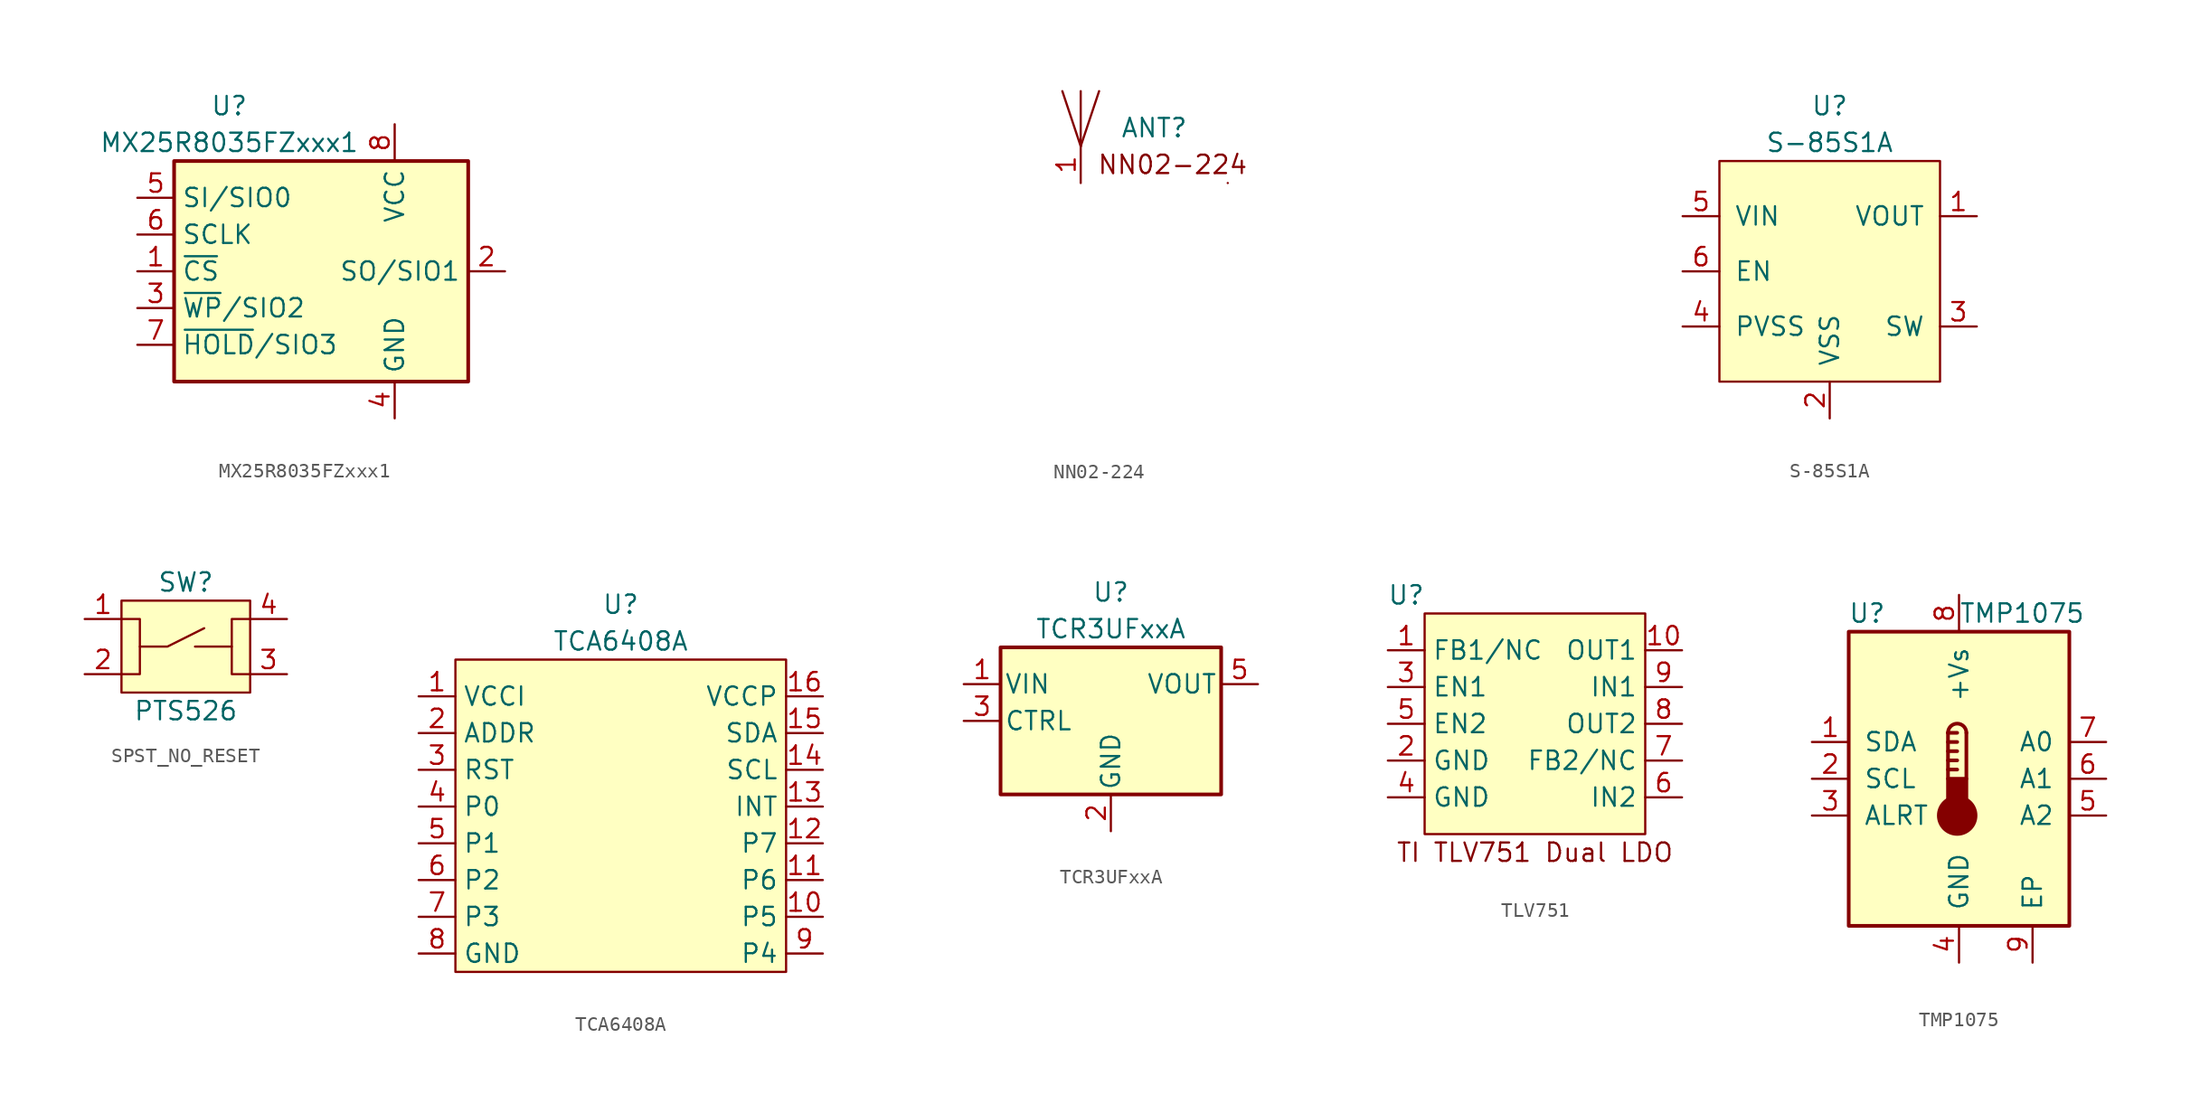
<source format=kicad_sym>
(kicad_symbol_lib
  (version 20220914)
  (generator kicad_symbol_editor)
  (symbol "MX25R8035FZxxx1"
    (property "Reference" "U"
      (at -6.35 11.43 0)
      (effects (font (size 1.27 1.27))))
    (property "Value" "MX25R8035FZxxx1"
      (at -6.35 8.89 0)
      (effects (font (size 1.27 1.27))))
    (symbol "MX25R8035FZxxx1_1_1"
      (rectangle (start -10.16 7.62) (end 10.16 -7.62) (stroke (width 0.254) (type solid)) (fill (type background)))
      (pin input line (at -12.7 0 0) (length 2.54) (name "~{CS}" (effects (font (size 1.27 1.27)))) (number "1" (effects (font (size 1.27 1.27)))))
      (pin bidirectional line (at 12.7 0 180) (length 2.54) (name "SO/SIO1" (effects (font (size 1.27 1.27)))) (number "2" (effects (font (size 1.27 1.27)))))
      (pin bidirectional line (at -12.7 -2.54 0) (length 2.54) (name "~{WP}/SIO2" (effects (font (size 1.27 1.27)))) (number "3" (effects (font (size 1.27 1.27)))))
      (pin power_in line (at 5.08 -10.16 90) (length 2.54) (name "GND" (effects (font (size 1.27 1.27)))) (number "4" (effects (font (size 1.27 1.27)))))
      (pin bidirectional line (at -12.7 5.08 0) (length 2.54) (name "SI/SIO0" (effects (font (size 1.27 1.27)))) (number "5" (effects (font (size 1.27 1.27)))))
      (pin input line (at -12.7 2.54 0) (length 2.54) (name "SCLK" (effects (font (size 1.27 1.27)))) (number "6" (effects (font (size 1.27 1.27)))))
      (pin bidirectional line (at -12.7 -5.08 0) (length 2.54) (name "~{HOLD}/SIO3" (effects (font (size 1.27 1.27)))) (number "7" (effects (font (size 1.27 1.27)))))
      (pin power_in line (at 5.08 10.16 270) (length 2.54) (name "VCC" (effects (font (size 1.27 1.27)))) (number "8" (effects (font (size 1.27 1.27)))))
      (pin passive line (at 5.08 -10.16 90) (length 2.54) hide (name "GND" (effects (font (size 1.27 1.27)))) (number "EP" (effects (font (size 1.27 1.27)))))))
  (symbol "NN02-224"
    (property "Reference" "ANT"
      (at 5.08 1.27 0)
      (effects (font (size 1.27 1.27))))
    (property "Value" ""
      (at 0 0 0)
      (effects (font (size 1.27 1.27))))
    (symbol "NN02-224_0_1"
      (rectangle (start 10.16 -2.54) (end 10.16 -2.54) (stroke (width 0) (type default)) (fill (type none))))
    (symbol "NN02-224_1_1"
      (polyline (pts (xy 0 0) (xy -1.27 3.81)) (stroke (width 0) (type default)) (fill (type none)))
      (polyline (pts (xy 0 0) (xy 0 3.81)) (stroke (width 0) (type default)) (fill (type none)))
      (polyline (pts (xy 0 0) (xy 1.27 3.81)) (stroke (width 0) (type default)) (fill (type none)))
      (text private "Application Note for GNSS here:-\nhttps://ignion.io/files/AN_GPS-GLONASS-and-BeiDou-in-a-single-antenna.pdf" (at 1.27 -13.97 0) (effects (font (size 0.9 0.9))))
      (text "NN02-224" (at 6.35 -1.27 0) (effects (font (size 1.27 1.27))))
      (text private "RUN mXTEND" (at 8.89 -7.62 0) (effects (font (size 1.27 1.27))))
      (text private "Symbol provided by The Herald Project\nhttps://github.com/theheraldproject/herald-hardware" (at 1.27 -17.78 0) (effects (font (size 0.9 0.9))))
      (pin bidirectional line (at 0 -2.54 90) (length 2.54) (name "" (effects (font (size 1.27 1.27)))) (number "1" (effects (font (size 1.27 1.27)))))))
  (symbol "S-85S1A"
    (pin_names
      (offset 1.016))
    (property "Reference" "U"
      (at 0 11.43 0)
      (effects (font (size 1.27 1.27))))
    (property "Value" "S-85S1A"
      (at 0 8.89 0)
      (effects (font (size 1.27 1.27))))
    (symbol "S-85S1A_0_1"
      (rectangle (start -7.62 -7.62) (end 7.62 7.62) (stroke (width 0) (type solid)) (fill (type background))))
    (symbol "S-85S1A_1_1"
      (pin power_out line (at 10.16 3.81 180) (length 2.54) (name "VOUT" (effects (font (size 1.27 1.27)))) (number "1" (effects (font (size 1.27 1.27)))))
      (pin power_in line (at 0 -10.16 90) (length 2.54) (name "VSS" (effects (font (size 1.27 1.27)))) (number "2" (effects (font (size 1.27 1.27)))))
      (pin passive line (at 10.16 -3.81 180) (length 2.54) (name "SW" (effects (font (size 1.27 1.27)))) (number "3" (effects (font (size 1.27 1.27)))))
      (pin passive line (at -10.16 -3.81 0) (length 2.54) (name "PVSS" (effects (font (size 1.27 1.27)))) (number "4" (effects (font (size 1.27 1.27)))))
      (pin power_in line (at -10.16 3.81 0) (length 2.54) (name "VIN" (effects (font (size 1.27 1.27)))) (number "5" (effects (font (size 1.27 1.27)))))
      (pin input line (at -10.16 0 0) (length 2.54) (name "EN" (effects (font (size 1.27 1.27)))) (number "6" (effects (font (size 1.27 1.27)))))))
  (symbol "SPST_NO_RESET"
    (pin_names hide)
    (property "Reference" "SW"
      (at 0 4.445 0)
      (effects (font (size 1.27 1.27))))
    (property "Value" "PTS526"
      (at 0 -4.445 0)
      (effects (font (size 1.27 1.27))))
    (symbol "SPST_NO_RESET_1_1"
      (rectangle (start -4.445 3.175) (end 4.445 -3.175) (stroke (width 0) (type default)) (fill (type background)))
      (polyline (pts (xy -4.445 -1.905) (xy -3.175 -1.905) (xy -3.175 0)) (stroke (width 0) (type default)) (fill (type none)))
      (polyline (pts (xy 4.445 -1.905) (xy 3.175 -1.905) (xy 3.175 0)) (stroke (width 0) (type default)) (fill (type none)))
      (polyline (pts (xy 0.635 0) (xy 3.175 0) (xy 3.175 1.905) (xy 4.445 1.905)) (stroke (width 0) (type default)) (fill (type none)))
      (polyline (pts (xy -4.445 1.905) (xy -3.175 1.905) (xy -3.175 0) (xy -1.27 0) (xy 1.27 1.27)) (stroke (width 0) (type default)) (fill (type none)))
      (pin bidirectional line (at -6.985 1.905 0) (length 2.54) (name "1" (effects (font (size 1.27 1.27)))) (number "1" (effects (font (size 1.27 1.27)))))
      (pin bidirectional line (at -6.985 -1.905 0) (length 2.54) (name "2" (effects (font (size 1.27 1.27)))) (number "2" (effects (font (size 1.27 1.27)))))
      (pin bidirectional line (at 6.985 -1.905 180) (length 2.54) (name "3" (effects (font (size 1.27 1.27)))) (number "3" (effects (font (size 1.27 1.27)))))
      (pin bidirectional line (at 6.985 1.905 180) (length 2.54) (name "4" (effects (font (size 1.27 1.27)))) (number "4" (effects (font (size 1.27 1.27)))))))
  (symbol "TCA6408A"
    (property "Reference" "U"
      (at 0 15.24 0)
      (effects (font (size 1.27 1.27))))
    (property "Value" "TCA6408A"
      (at 0 12.7 0)
      (effects (font (size 1.27 1.27))))
    (symbol "TCA6408A_1_1"
      (rectangle (start -11.43 11.43) (end 11.43 -10.16) (stroke (width 0) (type default)) (fill (type background)))
      (pin power_in line (at -13.97 8.89 0) (length 2.54) (name "VCCI" (effects (font (size 1.27 1.27)))) (number "1" (effects (font (size 1.27 1.27)))))
      (pin bidirectional line (at 13.97 -6.35 180) (length 2.54) (name "P5" (effects (font (size 1.27 1.27)))) (number "10" (effects (font (size 1.27 1.27)))))
      (pin bidirectional line (at 13.97 -3.81 180) (length 2.54) (name "P6" (effects (font (size 1.27 1.27)))) (number "11" (effects (font (size 1.27 1.27)))))
      (pin bidirectional line (at 13.97 -1.27 180) (length 2.54) (name "P7" (effects (font (size 1.27 1.27)))) (number "12" (effects (font (size 1.27 1.27)))))
      (pin bidirectional line (at 13.97 1.27 180) (length 2.54) (name "INT" (effects (font (size 1.27 1.27)))) (number "13" (effects (font (size 1.27 1.27)))))
      (pin bidirectional line (at 13.97 3.81 180) (length 2.54) (name "SCL" (effects (font (size 1.27 1.27)))) (number "14" (effects (font (size 1.27 1.27)))))
      (pin bidirectional line (at 13.97 6.35 180) (length 2.54) (name "SDA" (effects (font (size 1.27 1.27)))) (number "15" (effects (font (size 1.27 1.27)))))
      (pin power_in line (at 13.97 8.89 180) (length 2.54) (name "VCCP" (effects (font (size 1.27 1.27)))) (number "16" (effects (font (size 1.27 1.27)))))
      (pin input line (at -13.97 6.35 0) (length 2.54) (name "ADDR" (effects (font (size 1.27 1.27)))) (number "2" (effects (font (size 1.27 1.27)))))
      (pin bidirectional line (at -13.97 3.81 0) (length 2.54) (name "RST" (effects (font (size 1.27 1.27)))) (number "3" (effects (font (size 1.27 1.27)))))
      (pin bidirectional line (at -13.97 1.27 0) (length 2.54) (name "P0" (effects (font (size 1.27 1.27)))) (number "4" (effects (font (size 1.27 1.27)))))
      (pin bidirectional line (at -13.97 -1.27 0) (length 2.54) (name "P1" (effects (font (size 1.27 1.27)))) (number "5" (effects (font (size 1.27 1.27)))))
      (pin bidirectional line (at -13.97 -3.81 0) (length 2.54) (name "P2" (effects (font (size 1.27 1.27)))) (number "6" (effects (font (size 1.27 1.27)))))
      (pin bidirectional line (at -13.97 -6.35 0) (length 2.54) (name "P3" (effects (font (size 1.27 1.27)))) (number "7" (effects (font (size 1.27 1.27)))))
      (pin power_in line (at -13.97 -8.89 0) (length 2.54) (name "GND" (effects (font (size 1.27 1.27)))) (number "8" (effects (font (size 1.27 1.27)))))
      (pin bidirectional line (at 13.97 -8.89 180) (length 2.54) (name "P4" (effects (font (size 1.27 1.27)))) (number "9" (effects (font (size 1.27 1.27)))))))
  (symbol "TCR3UFxxA"
    (pin_names
      (offset 0.254))
    (property "Reference" "U"
      (at 0 8.89 0)
      (effects (font (size 1.27 1.27))))
    (property "Value" "TCR3UFxxA"
      (at 0 6.35 0)
      (effects (font (size 1.27 1.27))))
    (symbol "TCR3UFxxA_0_1"
      (rectangle (start -7.62 -5.08) (end 7.62 5.08) (stroke (width 0.254) (type solid)) (fill (type background))))
    (symbol "TCR3UFxxA_1_1"
      (pin power_in line (at -10.16 2.54 0) (length 2.54) (name "VIN" (effects (font (size 1.27 1.27)))) (number "1" (effects (font (size 1.27 1.27)))))
      (pin power_in line (at 0 -7.62 90) (length 2.54) (name "GND" (effects (font (size 1.27 1.27)))) (number "2" (effects (font (size 1.27 1.27)))))
      (pin input line (at -10.16 0 0) (length 2.54) (name "CTRL" (effects (font (size 1.27 1.27)))) (number "3" (effects (font (size 1.27 1.27)))))
      (pin no_connect line (at 10.16 0 180) (length 2.54) hide (name "NC" (effects (font (size 1.27 1.27)))) (number "4" (effects (font (size 1.27 1.27)))))
      (pin power_out line (at 10.16 2.54 180) (length 2.54) (name "VOUT" (effects (font (size 1.27 1.27)))) (number "5" (effects (font (size 1.27 1.27)))))))
  (symbol "TLV751"
    (property "Reference" "U"
      (at -8.89 8.89 0)
      (effects (font (size 1.27 1.27))))
    (property "Value" ""
      (at -2.54 1.27 0)
      (effects (font (size 1.27 1.27))))
    (symbol "TLV751_1_1"
      (rectangle (start -7.62 7.62) (end 7.62 -7.62) (stroke (width 0) (type default)) (fill (type background)))
      (text "TI TLV751 Dual LDO" (at 0 -8.89 0) (effects (font (size 1.27 1.27))))
      (pin input line (at -10.16 5.08 0) (length 2.54) (name "FB1/NC" (effects (font (size 1.27 1.27)))) (number "1" (effects (font (size 1.27 1.27)))))
      (pin power_out line (at 10.16 5.08 180) (length 2.54) (name "OUT1" (effects (font (size 1.27 1.27)))) (number "10" (effects (font (size 1.27 1.27)))))
      (pin power_in line (at -10.16 -2.54 0) (length 2.54) (name "GND" (effects (font (size 1.27 1.27)))) (number "2" (effects (font (size 1.27 1.27)))))
      (pin input line (at -10.16 2.54 0) (length 2.54) (name "EN1" (effects (font (size 1.27 1.27)))) (number "3" (effects (font (size 1.27 1.27)))))
      (pin power_in line (at -10.16 -5.08 0) (length 2.54) (name "GND" (effects (font (size 1.27 1.27)))) (number "4" (effects (font (size 1.27 1.27)))))
      (pin input line (at -10.16 0 0) (length 2.54) (name "EN2" (effects (font (size 1.27 1.27)))) (number "5" (effects (font (size 1.27 1.27)))))
      (pin power_in line (at 10.16 -5.08 180) (length 2.54) (name "IN2" (effects (font (size 1.27 1.27)))) (number "6" (effects (font (size 1.27 1.27)))))
      (pin input line (at 10.16 -2.54 180) (length 2.54) (name "FB2/NC" (effects (font (size 1.27 1.27)))) (number "7" (effects (font (size 1.27 1.27)))))
      (pin power_out line (at 10.16 0 180) (length 2.54) (name "OUT2" (effects (font (size 1.27 1.27)))) (number "8" (effects (font (size 1.27 1.27)))))
      (pin power_in line (at 10.16 2.54 180) (length 2.54) (name "IN1" (effects (font (size 1.27 1.27)))) (number "9" (effects (font (size 1.27 1.27)))))))
  (symbol "TMP1075"
    (pin_names
      (offset 1.016))
    (property "Reference" "U"
      (at -6.35 11.43 0)
      (effects (font (size 1.27 1.27))))
    (property "Value" "TMP1075"
      (at 0 11.43 0)
      (effects (font (size 1.27 1.27)) (justify left)))
    (symbol "TMP1075_0_1"
      (rectangle (start -7.62 10.16) (end 7.62 -10.16) (stroke (width 0.254) (type solid)) (fill (type background)))
      (circle (center -0.127 -2.54) (radius 1.27) (stroke (width 0.254) (type solid)) (fill (type outline)))
      (polyline (pts (xy -0.762 0.635) (xy -0.127 0.635)) (stroke (width 0.254) (type solid)) (fill (type none)))
      (polyline (pts (xy -0.762 1.27) (xy -0.127 1.27)) (stroke (width 0.254) (type solid)) (fill (type none)))
      (polyline (pts (xy -0.762 1.905) (xy -0.127 1.905)) (stroke (width 0.254) (type solid)) (fill (type none)))
      (polyline (pts (xy -0.762 2.54) (xy -0.127 2.54)) (stroke (width 0.254) (type solid)) (fill (type none)))
      (polyline (pts (xy -0.762 3.175) (xy -0.762 0)) (stroke (width 0.254) (type solid)) (fill (type none)))
      (polyline (pts (xy -0.762 3.175) (xy -0.127 3.175)) (stroke (width 0.254) (type solid)) (fill (type none)))
      (polyline (pts (xy 0.508 3.175) (xy 0.508 0)) (stroke (width 0.254) (type solid)) (fill (type none)))
      (rectangle (start 0.508 -1.905) (end -0.762 0) (stroke (width 0.254) (type solid)) (fill (type outline)))
      (arc (start 0.508 3.175) (mid -0.127 3.8073) (end -0.762 3.175) (stroke (width 0.254) (type solid)) (fill (type none))))
    (symbol "TMP1075_1_1"
      (pin bidirectional line (at -10.16 2.54 0) (length 2.54) (name "SDA" (effects (font (size 1.27 1.27)))) (number "1" (effects (font (size 1.27 1.27)))))
      (pin input line (at -10.16 0 0) (length 2.54) (name "SCL" (effects (font (size 1.27 1.27)))) (number "2" (effects (font (size 1.27 1.27)))))
      (pin output line (at -10.16 -2.54 0) (length 2.54) (name "ALRT" (effects (font (size 1.27 1.27)))) (number "3" (effects (font (size 1.27 1.27)))))
      (pin power_in line (at 0 -12.7 90) (length 2.54) (name "GND" (effects (font (size 1.27 1.27)))) (number "4" (effects (font (size 1.27 1.27)))))
      (pin input line (at 10.16 -2.54 180) (length 2.54) (name "A2" (effects (font (size 1.27 1.27)))) (number "5" (effects (font (size 1.27 1.27)))))
      (pin input line (at 10.16 0 180) (length 2.54) (name "A1" (effects (font (size 1.27 1.27)))) (number "6" (effects (font (size 1.27 1.27)))))
      (pin input line (at 10.16 2.54 180) (length 2.54) (name "A0" (effects (font (size 1.27 1.27)))) (number "7" (effects (font (size 1.27 1.27)))))
      (pin power_in line (at 0 12.7 270) (length 2.54) (name "+Vs" (effects (font (size 1.27 1.27)))) (number "8" (effects (font (size 1.27 1.27)))))
      (pin passive line (at 5.08 -12.7 90) (length 2.54) (name "EP" (effects (font (size 1.27 1.27)))) (number "9" (effects (font (size 1.27 1.27))))))))
</source>
